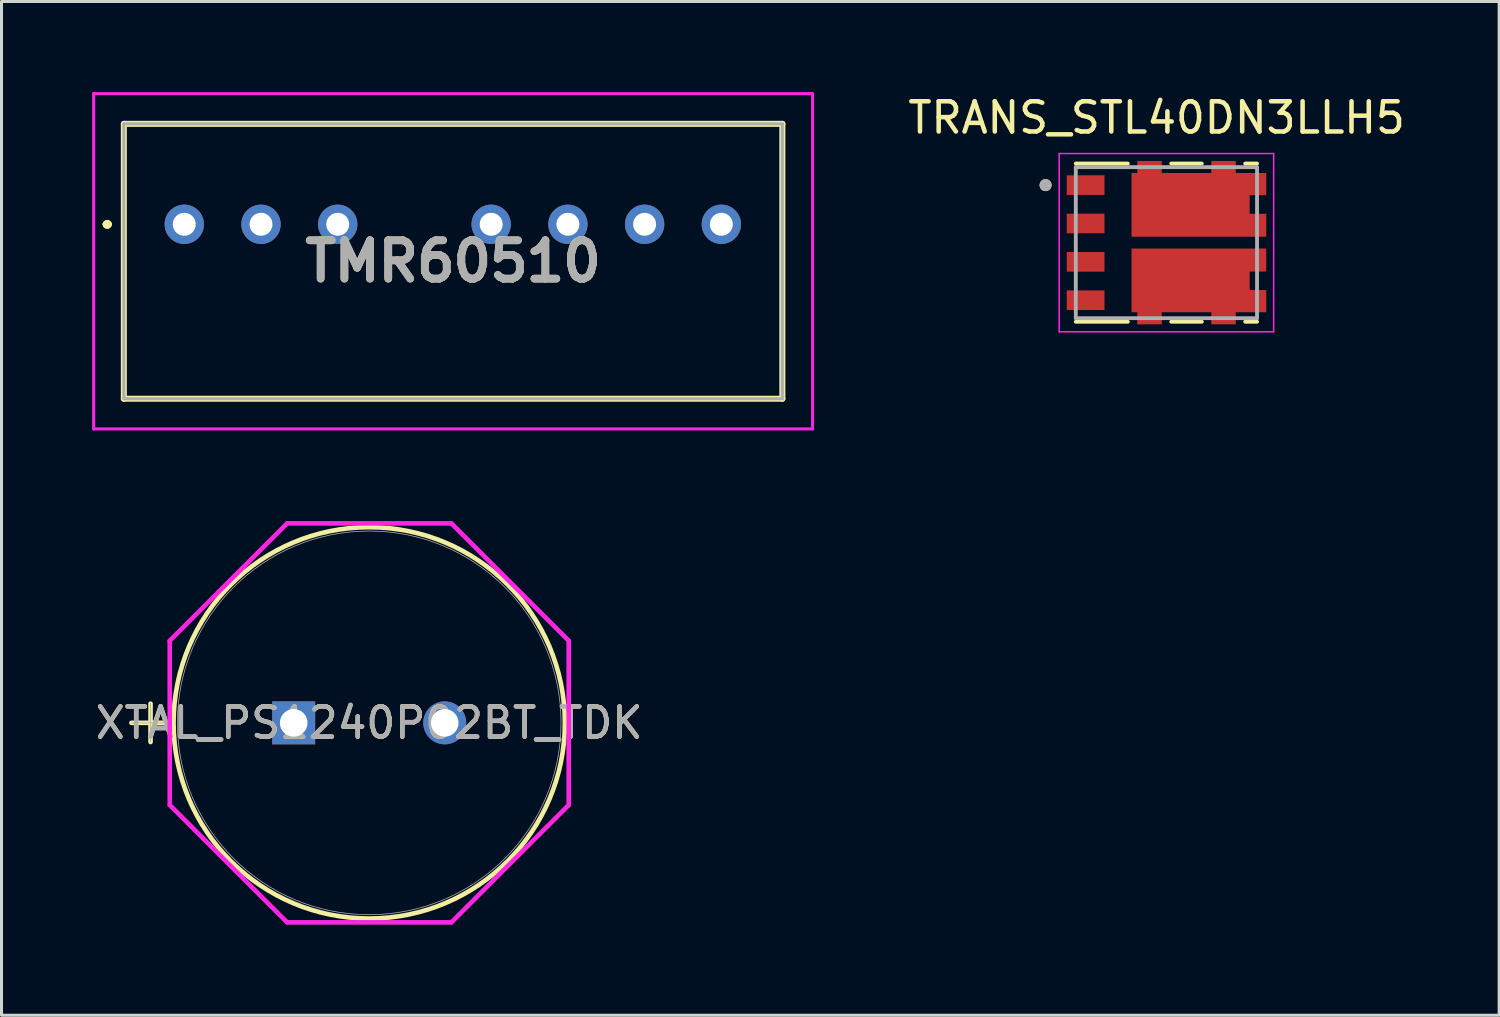
<source format=kicad_pcb>
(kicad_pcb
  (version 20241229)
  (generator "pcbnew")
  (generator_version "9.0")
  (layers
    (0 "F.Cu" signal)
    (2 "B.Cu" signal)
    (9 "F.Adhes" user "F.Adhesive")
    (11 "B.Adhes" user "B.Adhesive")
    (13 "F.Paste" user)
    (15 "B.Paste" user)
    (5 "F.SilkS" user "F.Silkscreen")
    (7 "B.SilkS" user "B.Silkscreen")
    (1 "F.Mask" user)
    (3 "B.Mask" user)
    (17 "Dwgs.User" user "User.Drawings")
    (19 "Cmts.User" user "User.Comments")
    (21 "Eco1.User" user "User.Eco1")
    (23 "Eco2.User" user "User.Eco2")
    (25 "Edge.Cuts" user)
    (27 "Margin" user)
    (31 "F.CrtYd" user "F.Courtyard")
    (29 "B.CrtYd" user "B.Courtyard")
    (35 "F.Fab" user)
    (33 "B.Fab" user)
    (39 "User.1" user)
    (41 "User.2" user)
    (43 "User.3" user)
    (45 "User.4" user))
  (footprint "TRANS_STL40DN3LLH5"
    (layer "F.Cu")
    (at 35.564 4.983)
    (property "Reference" "TRANS_STL40DN3LLH5" (at -0.325 -4.135 0) (layer "F.SilkS") (effects (font (size 1 1) (thickness 0.15))))
    (attr smd)
    (fp_poly (pts (xy 3.35 -2.35) (xy 3.35 -1.525) (xy 2.8 -1.525) (xy 2.8 -1) (xy 3.35 -1) (xy 3.35 -0.15) (xy -1.2 -0.15) (xy -1.2 -2.35) (xy -1.01 -2.35) (xy -1.01 -2.75) (xy -0.11 -2.75) (xy -0.11 -2.35) (xy 1.44 -2.35) (xy 1.44 -2.75) (xy 2.34 -2.75) (xy 2.34 -2.35)) (stroke (width 0.01) (type solid)) (fill yes) (layer "F.Mask"))
    (fp_poly (pts (xy 3.35 2.35) (xy 3.35 1.525) (xy 2.8 1.525) (xy 2.8 1) (xy 3.35 1) (xy 3.35 0.15) (xy -1.2 0.15) (xy -1.2 2.35) (xy -1.01 2.35) (xy -1.01 2.75) (xy -0.11 2.75) (xy -0.11 2.35) (xy 1.44 2.35) (xy 1.44 2.75) (xy 2.34 2.75) (xy 2.34 2.35)) (stroke (width 0.01) (type solid)) (fill yes) (layer "F.Mask"))
    (fp_line (start -3 -2.619) (end -1.278 -2.619) (stroke (width 0.127) (type solid)) (layer "F.SilkS"))
    (fp_line (start -3 2.619) (end -1.278 2.619) (stroke (width 0.127) (type solid)) (layer "F.SilkS"))
    (fp_line (start 0.159 -2.619) (end 1.171 -2.619) (stroke (width 0.127) (type solid)) (layer "F.SilkS"))
    (fp_line (start 0.159 2.619) (end 1.171 2.619) (stroke (width 0.127) (type solid)) (layer "F.SilkS"))
    (fp_line (start 2.608 -2.619) (end 3 -2.619) (stroke (width 0.127) (type solid)) (layer "F.SilkS"))
    (fp_line (start 2.608 2.619) (end 3 2.619) (stroke (width 0.127) (type solid)) (layer "F.SilkS"))
    (fp_circle (center -4 -1.905) (end -3.9 -1.905) (stroke (width 0.2) (type solid)) (fill no) (layer "F.SilkS"))
    (fp_poly (pts (xy -0.96 -2.7) (xy -0.16 -2.7) (xy -0.16 -2.3) (xy -0.96 -2.3)) (stroke (width 0.01) (type solid)) (fill yes) (layer "F.Paste"))
    (fp_poly (pts (xy -0.96 2.3) (xy -0.16 2.3) (xy -0.16 2.7) (xy -0.96 2.7)) (stroke (width 0.01) (type solid)) (fill yes) (layer "F.Paste"))
    (fp_poly (pts (xy -0.441 0.586) (xy 0.7 0.586) (xy 0.7 1.15) (xy -0.441 1.15)) (stroke (width 0.01) (type solid)) (fill yes) (layer "F.Paste"))
    (fp_poly (pts (xy -0.441 1.35) (xy 0.7 1.35) (xy 0.7 1.914) (xy -0.441 1.914)) (stroke (width 0.01) (type solid)) (fill yes) (layer "F.Paste"))
    (fp_poly (pts (xy -0.152 -2.203) (xy 0.411 -2.203) (xy 0.411 -1.062) (xy -0.152 -1.062)) (stroke (width 0.01) (type solid)) (fill yes) (layer "F.Paste"))
    (fp_poly (pts (xy -0.152 -1.438) (xy 0.411 -1.438) (xy 0.411 -0.297) (xy -0.152 -0.297)) (stroke (width 0.01) (type solid)) (fill yes) (layer "F.Paste"))
    (fp_poly (pts (xy 0.9 0.586) (xy 2.041 0.586) (xy 2.041 1.15) (xy 0.9 1.15)) (stroke (width 0.01) (type solid)) (fill yes) (layer "F.Paste"))
    (fp_poly (pts (xy 0.9 1.35) (xy 2.041 1.35) (xy 2.041 1.914) (xy 0.9 1.914)) (stroke (width 0.01) (type solid)) (fill yes) (layer "F.Paste"))
    (fp_poly (pts (xy 1.188 -2.203) (xy 1.752 -2.203) (xy 1.752 -1.062) (xy 1.188 -1.062)) (stroke (width 0.01) (type solid)) (fill yes) (layer "F.Paste"))
    (fp_poly (pts (xy 1.188 -1.438) (xy 1.752 -1.438) (xy 1.752 -0.297) (xy 1.188 -0.297)) (stroke (width 0.01) (type solid)) (fill yes) (layer "F.Paste"))
    (fp_poly (pts (xy 1.49 -2.7) (xy 2.29 -2.7) (xy 2.29 -2.3) (xy 1.49 -2.3)) (stroke (width 0.01) (type solid)) (fill yes) (layer "F.Paste"))
    (fp_poly (pts (xy 1.49 2.3) (xy 2.29 2.3) (xy 2.29 2.7) (xy 1.49 2.7)) (stroke (width 0.01) (type solid)) (fill yes) (layer "F.Paste"))
    (fp_poly (pts (xy 2.76 -2.3) (xy 3.3 -2.3) (xy 3.3 -1.575) (xy 2.76 -1.575)) (stroke (width 0.01) (type solid)) (fill yes) (layer "F.Paste"))
    (fp_poly (pts (xy 2.76 -0.95) (xy 3.3 -0.95) (xy 3.3 -0.2) (xy 2.76 -0.2)) (stroke (width 0.01) (type solid)) (fill yes) (layer "F.Paste"))
    (fp_poly (pts (xy 2.76 0.2) (xy 3.3 0.2) (xy 3.3 0.95) (xy 2.76 0.95)) (stroke (width 0.01) (type solid)) (fill yes) (layer "F.Paste"))
    (fp_poly (pts (xy 2.76 1.575) (xy 3.3 1.575) (xy 3.3 2.3) (xy 2.76 2.3)) (stroke (width 0.01) (type solid)) (fill yes) (layer "F.Paste"))
    (fp_line (start -3.55 -2.95) (end 3.55 -2.95) (stroke (width 0.05) (type solid)) (layer "F.CrtYd"))
    (fp_line (start -3.55 2.95) (end -3.55 -2.95) (stroke (width 0.05) (type solid)) (layer "F.CrtYd"))
    (fp_line (start 3.55 -2.95) (end 3.55 2.95) (stroke (width 0.05) (type solid)) (layer "F.CrtYd"))
    (fp_line (start 3.55 2.95) (end -3.55 2.95) (stroke (width 0.05) (type solid)) (layer "F.CrtYd"))
    (fp_line (start -3 -2.5) (end 3 -2.5) (stroke (width 0.127) (type solid)) (layer "F.Fab"))
    (fp_line (start -3 2.5) (end -3 -2.5) (stroke (width 0.127) (type solid)) (layer "F.Fab"))
    (fp_line (start 3 -2.5) (end 3 2.5) (stroke (width 0.127) (type solid)) (layer "F.Fab"))
    (fp_line (start 3 2.5) (end -3 2.5) (stroke (width 0.127) (type solid)) (layer "F.Fab"))
    (fp_circle (center -4 -1.905) (end -3.9 -1.905) (stroke (width 0.2) (type solid)) (fill no) (layer "F.Fab"))
    (pad "1" smd rect (at -2.675 -1.905) (size 1.25 0.65) (layers "F.Cu" "F.Mask" "F.Paste"))
    (pad "2" smd rect (at -2.675 -0.635) (size 1.25 0.65) (layers "F.Cu" "F.Mask" "F.Paste"))
    (pad "3" smd rect (at -2.675 0.635) (size 1.25 0.65) (layers "F.Cu" "F.Mask" "F.Paste"))
    (pad "4" smd rect (at -2.675 1.905) (size 1.25 0.65) (layers "F.Cu" "F.Mask" "F.Paste"))
    (pad "5-6" smd custom (at 2.675 1.905) (size 1.25 0.65) (layers "F.Cu") (options (anchor rect)) (primitives (gr_poly (pts (xy 0.625 0.395) (xy 0.625 -0.33) (xy 0.075 -0.33) (xy 0.075 -0.955) (xy 0.625 -0.955) (xy 0.625 -1.705) (xy -3.825 -1.705) (xy -3.825 0.395) (xy -3.635 0.395) (xy -3.635 0.795) (xy -2.835 0.795) (xy -2.835 0.395) (xy -1.185 0.395) (xy -1.185 0.795) (xy -0.385 0.795) (xy -0.385 0.395)) (width 0.01) (fill yes))))
    (pad "7-8" smd custom (at 2.675 -1.905) (size 1.25 0.65) (layers "F.Cu") (options (anchor rect)) (primitives (gr_poly (pts (xy 0.625 -0.395) (xy 0.625 0.33) (xy 0.075 0.33) (xy 0.075 0.955) (xy 0.625 0.955) (xy 0.625 1.705) (xy -3.825 1.705) (xy -3.825 -0.395) (xy -3.635 -0.395) (xy -3.635 -0.795) (xy -2.835 -0.795) (xy -2.835 -0.395) (xy -1.185 -0.395) (xy -1.185 -0.795) (xy -0.385 -0.795) (xy -0.385 -0.395)) (width 0.01) (fill yes)))))
  (footprint "XTAL_PS1240P02BT_TDK"
    (layer "F.Cu")
    (at 6.673 20.88)
    (property "Reference" "XTAL_PS1240P02BT_TDK" (at 2.5 0 0) (unlocked yes) (layer "F.SilkS") (effects (font (size 1 1) (thickness 0.15))))
    (attr through_hole)
    (fp_line (start -5.374 0) (end -4.104 0) (stroke (width 0.152) (type solid)) (layer "F.SilkS"))
    (fp_line (start -4.739 -0.635) (end -4.739 0.635) (stroke (width 0.152) (type solid)) (layer "F.SilkS"))
    (fp_circle (center 2.5 0) (end 8.977 0) (stroke (width 0.152) (type solid)) (fill no) (layer "F.SilkS"))
    (fp_line (start -4.104 -2.719) (end -0.219 -6.604) (stroke (width 0.152) (type solid)) (layer "F.CrtYd"))
    (fp_line (start -4.104 2.719) (end -4.104 -2.719) (stroke (width 0.152) (type solid)) (layer "F.CrtYd"))
    (fp_line (start -0.219 -6.604) (end 5.219 -6.604) (stroke (width 0.152) (type solid)) (layer "F.CrtYd"))
    (fp_line (start -0.219 6.604) (end -4.104 2.719) (stroke (width 0.152) (type solid)) (layer "F.CrtYd"))
    (fp_line (start 5.219 -6.604) (end 9.104 -2.719) (stroke (width 0.152) (type solid)) (layer "F.CrtYd"))
    (fp_line (start 5.219 6.604) (end -0.219 6.604) (stroke (width 0.152) (type solid)) (layer "F.CrtYd"))
    (fp_line (start 9.104 -2.719) (end 9.104 2.719) (stroke (width 0.152) (type solid)) (layer "F.CrtYd"))
    (fp_line (start 9.104 2.719) (end 5.219 6.604) (stroke (width 0.152) (type solid)) (layer "F.CrtYd"))
    (fp_line (start -5.374 0) (end -4.104 0) (stroke (width 0.025) (type solid)) (layer "F.Fab"))
    (fp_line (start -4.739 -0.635) (end -4.739 0.635) (stroke (width 0.025) (type solid)) (layer "F.Fab"))
    (fp_circle (center 2.5 0) (end 8.85 0) (stroke (width 0.025) (type solid)) (fill no) (layer "F.Fab"))
    (fp_text user "${REFERENCE}" (at 2.5 0 0) (unlocked yes) (layer "F.Fab") (effects (font (size 1 1) (thickness 0.15))))
    (pad "1" thru_hole rect (at 0 0) (size 1.422 1.422) (drill 0.914) (layers "*.Cu" "*.Mask"))
    (pad "2" thru_hole circle (at 5 0) (size 1.422 1.422) (drill 0.914) (layers "*.Cu" "*.Mask")))
  (footprint "TMR60510"
    (layer "F.Cu")
    (at 3.05 4.375)
    (property "Reference" "TMR60510" (at 8.9 1.225 0) (layer "F.SilkS") (effects (font (size 1.27 1.27) (thickness 0.254))))
    (attr through_hole)
    (fp_line (start -2.6 0) (end -2.6 0) (stroke (width 0.2) (type solid)) (layer "F.SilkS"))
    (fp_line (start -2.6 0) (end -2.6 0) (stroke (width 0.2) (type solid)) (layer "F.SilkS"))
    (fp_line (start -2.5 0) (end -2.5 0) (stroke (width 0.2) (type solid)) (layer "F.SilkS"))
    (fp_line (start -2 -3.325) (end 19.8 -3.325) (stroke (width 0.2) (type solid)) (layer "F.SilkS"))
    (fp_line (start -2 5.775) (end -2 -3.325) (stroke (width 0.2) (type solid)) (layer "F.SilkS"))
    (fp_line (start 19.8 -3.325) (end 19.8 5.775) (stroke (width 0.2) (type solid)) (layer "F.SilkS"))
    (fp_line (start 19.8 5.775) (end -2 5.775) (stroke (width 0.2) (type solid)) (layer "F.SilkS"))
    (fp_arc (start -2.6 0) (mid -2.55 -0.05) (end -2.5 0) (stroke (width 0.2) (type solid)) (layer "F.SilkS"))
    (fp_arc (start -2.5 0) (mid -2.55 0.05) (end -2.6 0) (stroke (width 0.2) (type solid)) (layer "F.SilkS"))
    (fp_arc (start -2.5 0) (mid -2.55 0.05) (end -2.6 0) (stroke (width 0.2) (type solid)) (layer "F.SilkS"))
    (fp_line (start -3 -4.325) (end -3 6.775) (stroke (width 0.1) (type solid)) (layer "F.CrtYd"))
    (fp_line (start -3 6.775) (end 20.8 6.775) (stroke (width 0.1) (type solid)) (layer "F.CrtYd"))
    (fp_line (start 20.8 -4.325) (end -3 -4.325) (stroke (width 0.1) (type solid)) (layer "F.CrtYd"))
    (fp_line (start 20.8 6.775) (end 20.8 -4.325) (stroke (width 0.1) (type solid)) (layer "F.CrtYd"))
    (fp_line (start -2 -3.325) (end 19.8 -3.325) (stroke (width 0.1) (type solid)) (layer "F.Fab"))
    (fp_line (start -2 5.775) (end -2 -3.325) (stroke (width 0.1) (type solid)) (layer "F.Fab"))
    (fp_line (start 19.8 -3.325) (end 19.8 5.775) (stroke (width 0.1) (type solid)) (layer "F.Fab"))
    (fp_line (start 19.8 5.775) (end -2 5.775) (stroke (width 0.1) (type solid)) (layer "F.Fab"))
    (fp_text user "${REFERENCE}" (at 8.9 1.225 0) (layer "F.Fab") (effects (font (size 1.27 1.27) (thickness 0.254))))
    (pad "1" thru_hole circle (at 0 0) (size 1.303 1.303) (drill 0.76) (layers "*.Cu" "*.Mask"))
    (pad "2" thru_hole circle (at 2.54 0) (size 1.303 1.303) (drill 0.76) (layers "*.Cu" "*.Mask"))
    (pad "3" thru_hole circle (at 5.08 0) (size 1.303 1.303) (drill 0.76) (layers "*.Cu" "*.Mask"))
    (pad "5" thru_hole circle (at 10.16 0) (size 1.303 1.303) (drill 0.76) (layers "*.Cu" "*.Mask"))
    (pad "6" thru_hole circle (at 12.7 0) (size 1.303 1.303) (drill 0.76) (layers "*.Cu" "*.Mask"))
    (pad "7" thru_hole circle (at 15.24 0) (size 1.303 1.303) (drill 0.76) (layers "*.Cu" "*.Mask"))
    (pad "8" thru_hole circle (at 17.78 0) (size 1.303 1.303) (drill 0.76) (layers "*.Cu" "*.Mask")))
  (gr_rect
    (start -3 -3)
    (end 46.579 30.56)
    (stroke (width 0.1) (type default))
    (fill no)
    (layer "Edge.Cuts")))
</source>
